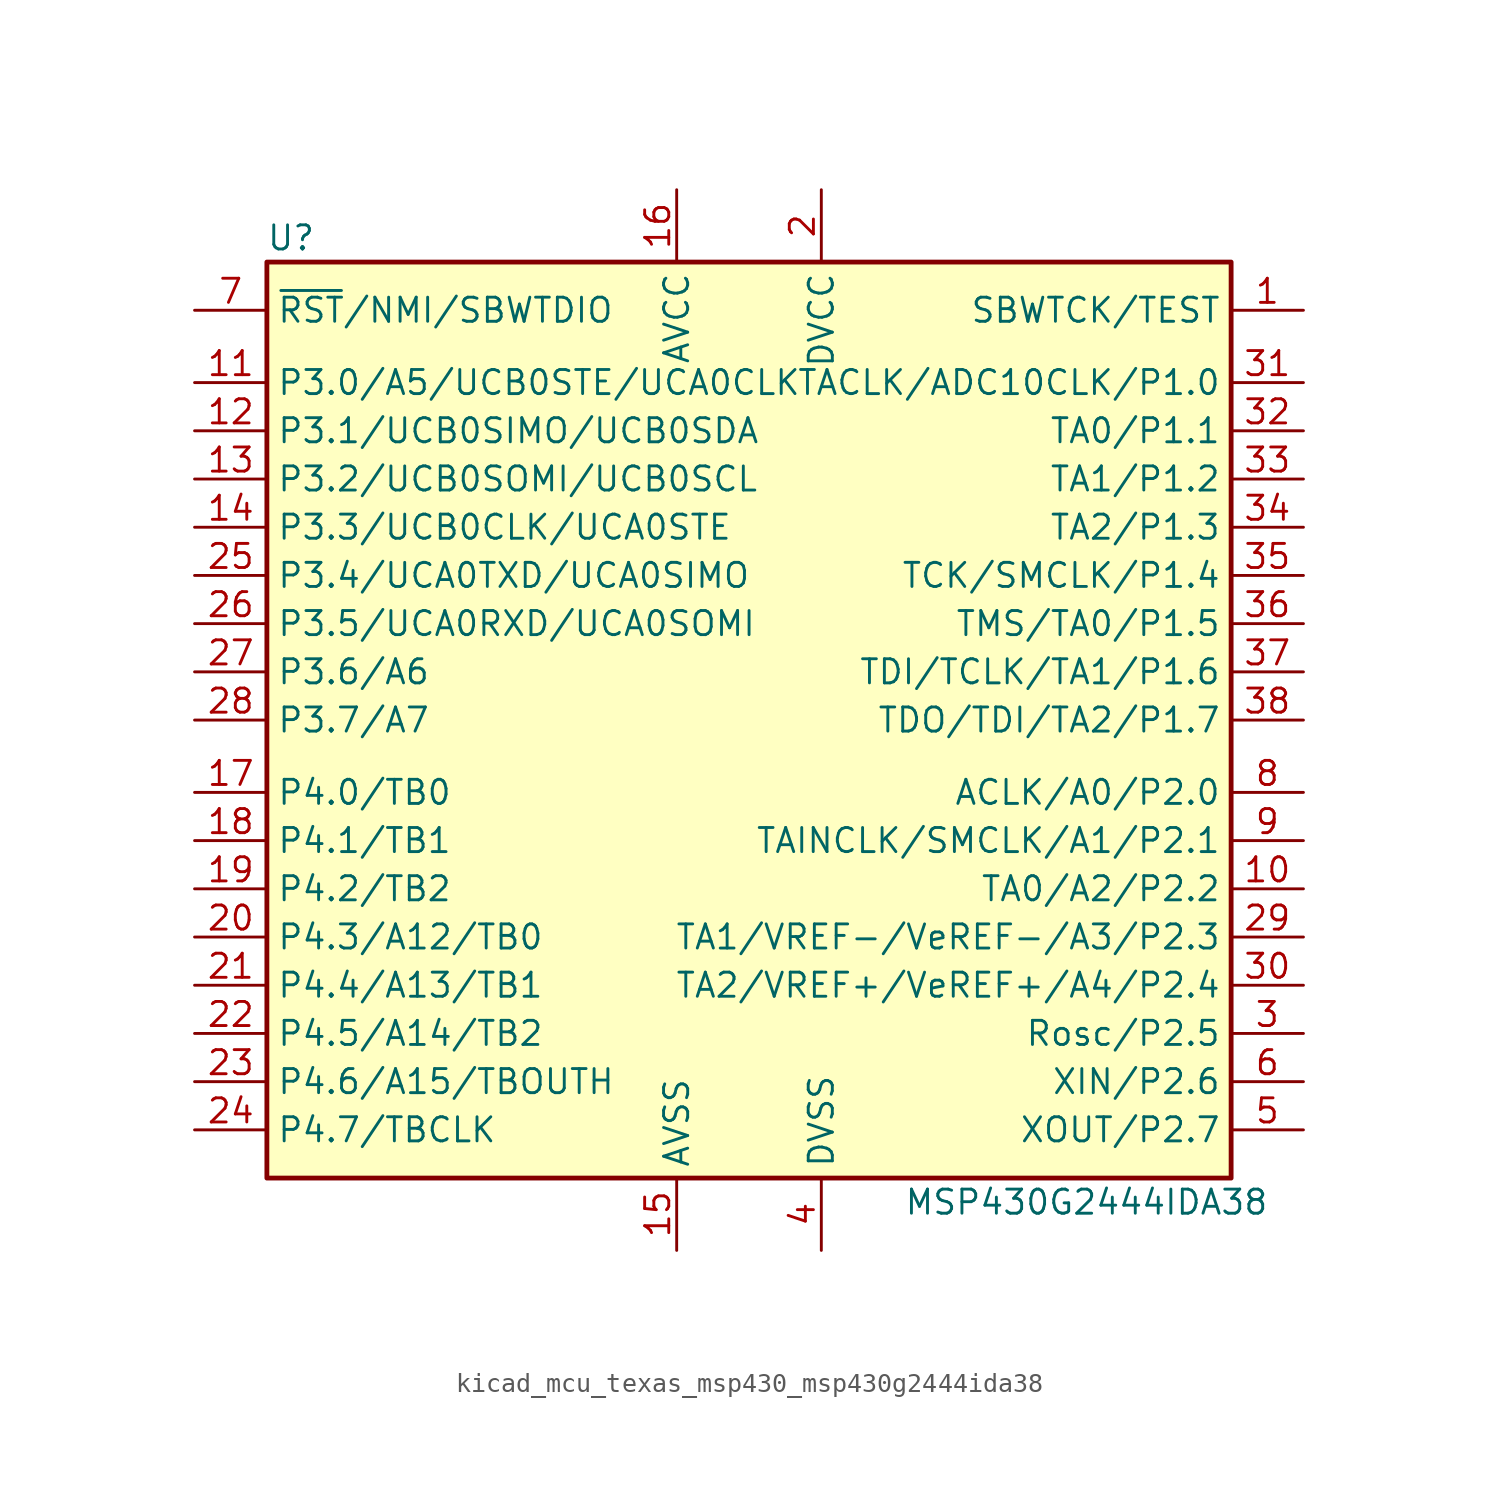
<source format=kicad_sym>
(kicad_symbol_lib
  (version 20220914)
  (generator kicad_symbol_editor)
  (symbol "kicad_mcu_texas_msp430_msp430g2444ida38"
    (property "Reference" "U"
      (at -24.13 25.4 0)
      (effects (font (size 1.27 1.27))))
    (property "Value" "MSP430G2444IDA38"
      (at 17.78 -25.4 0)
      (effects (font (size 1.27 1.27))))
    (symbol "kicad_mcu_texas_msp430_msp430g2444ida38_0_1"
      (rectangle (start -25.4 24.13) (end 25.4 -24.13) (stroke (width 0.254) (type default)) (fill (type background))))
    (symbol "kicad_mcu_texas_msp430_msp430g2444ida38_1_1"
      (pin input line (at 29.21 21.59 180) (length 3.81) (name "SBWTCK/TEST" (effects (font (size 1.27 1.27)))) (number "1" (effects (font (size 1.27 1.27)))))
      (pin bidirectional line (at 29.21 -8.89 180) (length 3.81) (name "TA0/A2/P2.2" (effects (font (size 1.27 1.27)))) (number "10" (effects (font (size 1.27 1.27)))))
      (pin bidirectional line (at -29.21 17.78 0) (length 3.81) (name "P3.0/A5/UCB0STE/UCA0CLK" (effects (font (size 1.27 1.27)))) (number "11" (effects (font (size 1.27 1.27)))))
      (pin bidirectional line (at -29.21 15.24 0) (length 3.81) (name "P3.1/UCB0SIMO/UCB0SDA" (effects (font (size 1.27 1.27)))) (number "12" (effects (font (size 1.27 1.27)))))
      (pin bidirectional line (at -29.21 12.7 0) (length 3.81) (name "P3.2/UCB0SOMI/UCB0SCL" (effects (font (size 1.27 1.27)))) (number "13" (effects (font (size 1.27 1.27)))))
      (pin bidirectional line (at -29.21 10.16 0) (length 3.81) (name "P3.3/UCB0CLK/UCA0STE" (effects (font (size 1.27 1.27)))) (number "14" (effects (font (size 1.27 1.27)))))
      (pin power_in line (at -3.81 -27.94 90) (length 3.81) (name "AVSS" (effects (font (size 1.27 1.27)))) (number "15" (effects (font (size 1.27 1.27)))))
      (pin power_in line (at -3.81 27.94 270) (length 3.81) (name "AVCC" (effects (font (size 1.27 1.27)))) (number "16" (effects (font (size 1.27 1.27)))))
      (pin bidirectional line (at -29.21 -3.81 0) (length 3.81) (name "P4.0/TB0" (effects (font (size 1.27 1.27)))) (number "17" (effects (font (size 1.27 1.27)))))
      (pin bidirectional line (at -29.21 -6.35 0) (length 3.81) (name "P4.1/TB1" (effects (font (size 1.27 1.27)))) (number "18" (effects (font (size 1.27 1.27)))))
      (pin bidirectional line (at -29.21 -8.89 0) (length 3.81) (name "P4.2/TB2" (effects (font (size 1.27 1.27)))) (number "19" (effects (font (size 1.27 1.27)))))
      (pin power_in line (at 3.81 27.94 270) (length 3.81) (name "DVCC" (effects (font (size 1.27 1.27)))) (number "2" (effects (font (size 1.27 1.27)))))
      (pin bidirectional line (at -29.21 -11.43 0) (length 3.81) (name "P4.3/A12/TB0" (effects (font (size 1.27 1.27)))) (number "20" (effects (font (size 1.27 1.27)))))
      (pin bidirectional line (at -29.21 -13.97 0) (length 3.81) (name "P4.4/A13/TB1" (effects (font (size 1.27 1.27)))) (number "21" (effects (font (size 1.27 1.27)))))
      (pin bidirectional line (at -29.21 -16.51 0) (length 3.81) (name "P4.5/A14/TB2" (effects (font (size 1.27 1.27)))) (number "22" (effects (font (size 1.27 1.27)))))
      (pin bidirectional line (at -29.21 -19.05 0) (length 3.81) (name "P4.6/A15/TBOUTH" (effects (font (size 1.27 1.27)))) (number "23" (effects (font (size 1.27 1.27)))))
      (pin bidirectional line (at -29.21 -21.59 0) (length 3.81) (name "P4.7/TBCLK" (effects (font (size 1.27 1.27)))) (number "24" (effects (font (size 1.27 1.27)))))
      (pin bidirectional line (at -29.21 7.62 0) (length 3.81) (name "P3.4/UCA0TXD/UCA0SIMO" (effects (font (size 1.27 1.27)))) (number "25" (effects (font (size 1.27 1.27)))))
      (pin bidirectional line (at -29.21 5.08 0) (length 3.81) (name "P3.5/UCA0RXD/UCA0SOMI" (effects (font (size 1.27 1.27)))) (number "26" (effects (font (size 1.27 1.27)))))
      (pin bidirectional line (at -29.21 2.54 0) (length 3.81) (name "P3.6/A6" (effects (font (size 1.27 1.27)))) (number "27" (effects (font (size 1.27 1.27)))))
      (pin bidirectional line (at -29.21 0 0) (length 3.81) (name "P3.7/A7" (effects (font (size 1.27 1.27)))) (number "28" (effects (font (size 1.27 1.27)))))
      (pin bidirectional line (at 29.21 -11.43 180) (length 3.81) (name "TA1/VREF-/VeREF-/A3/P2.3" (effects (font (size 1.27 1.27)))) (number "29" (effects (font (size 1.27 1.27)))))
      (pin bidirectional line (at 29.21 -16.51 180) (length 3.81) (name "Rosc/P2.5" (effects (font (size 1.27 1.27)))) (number "3" (effects (font (size 1.27 1.27)))))
      (pin bidirectional line (at 29.21 -13.97 180) (length 3.81) (name "TA2/VREF+/VeREF+/A4/P2.4" (effects (font (size 1.27 1.27)))) (number "30" (effects (font (size 1.27 1.27)))))
      (pin bidirectional line (at 29.21 17.78 180) (length 3.81) (name "TACLK/ADC10CLK/P1.0" (effects (font (size 1.27 1.27)))) (number "31" (effects (font (size 1.27 1.27)))))
      (pin bidirectional line (at 29.21 15.24 180) (length 3.81) (name "TA0/P1.1" (effects (font (size 1.27 1.27)))) (number "32" (effects (font (size 1.27 1.27)))))
      (pin bidirectional line (at 29.21 12.7 180) (length 3.81) (name "TA1/P1.2" (effects (font (size 1.27 1.27)))) (number "33" (effects (font (size 1.27 1.27)))))
      (pin bidirectional line (at 29.21 10.16 180) (length 3.81) (name "TA2/P1.3" (effects (font (size 1.27 1.27)))) (number "34" (effects (font (size 1.27 1.27)))))
      (pin bidirectional line (at 29.21 7.62 180) (length 3.81) (name "TCK/SMCLK/P1.4" (effects (font (size 1.27 1.27)))) (number "35" (effects (font (size 1.27 1.27)))))
      (pin bidirectional line (at 29.21 5.08 180) (length 3.81) (name "TMS/TA0/P1.5" (effects (font (size 1.27 1.27)))) (number "36" (effects (font (size 1.27 1.27)))))
      (pin bidirectional line (at 29.21 2.54 180) (length 3.81) (name "TDI/TCLK/TA1/P1.6" (effects (font (size 1.27 1.27)))) (number "37" (effects (font (size 1.27 1.27)))))
      (pin bidirectional line (at 29.21 0 180) (length 3.81) (name "TDO/TDI/TA2/P1.7" (effects (font (size 1.27 1.27)))) (number "38" (effects (font (size 1.27 1.27)))))
      (pin power_in line (at 3.81 -27.94 90) (length 3.81) (name "DVSS" (effects (font (size 1.27 1.27)))) (number "4" (effects (font (size 1.27 1.27)))))
      (pin bidirectional line (at 29.21 -21.59 180) (length 3.81) (name "XOUT/P2.7" (effects (font (size 1.27 1.27)))) (number "5" (effects (font (size 1.27 1.27)))))
      (pin bidirectional line (at 29.21 -19.05 180) (length 3.81) (name "XIN/P2.6" (effects (font (size 1.27 1.27)))) (number "6" (effects (font (size 1.27 1.27)))))
      (pin input line (at -29.21 21.59 0) (length 3.81) (name "~{RST}/NMI/SBWTDIO" (effects (font (size 1.27 1.27)))) (number "7" (effects (font (size 1.27 1.27)))))
      (pin bidirectional line (at 29.21 -3.81 180) (length 3.81) (name "ACLK/A0/P2.0" (effects (font (size 1.27 1.27)))) (number "8" (effects (font (size 1.27 1.27)))))
      (pin bidirectional line (at 29.21 -6.35 180) (length 3.81) (name "TAINCLK/SMCLK/A1/P2.1" (effects (font (size 1.27 1.27)))) (number "9" (effects (font (size 1.27 1.27))))))))
</source>
